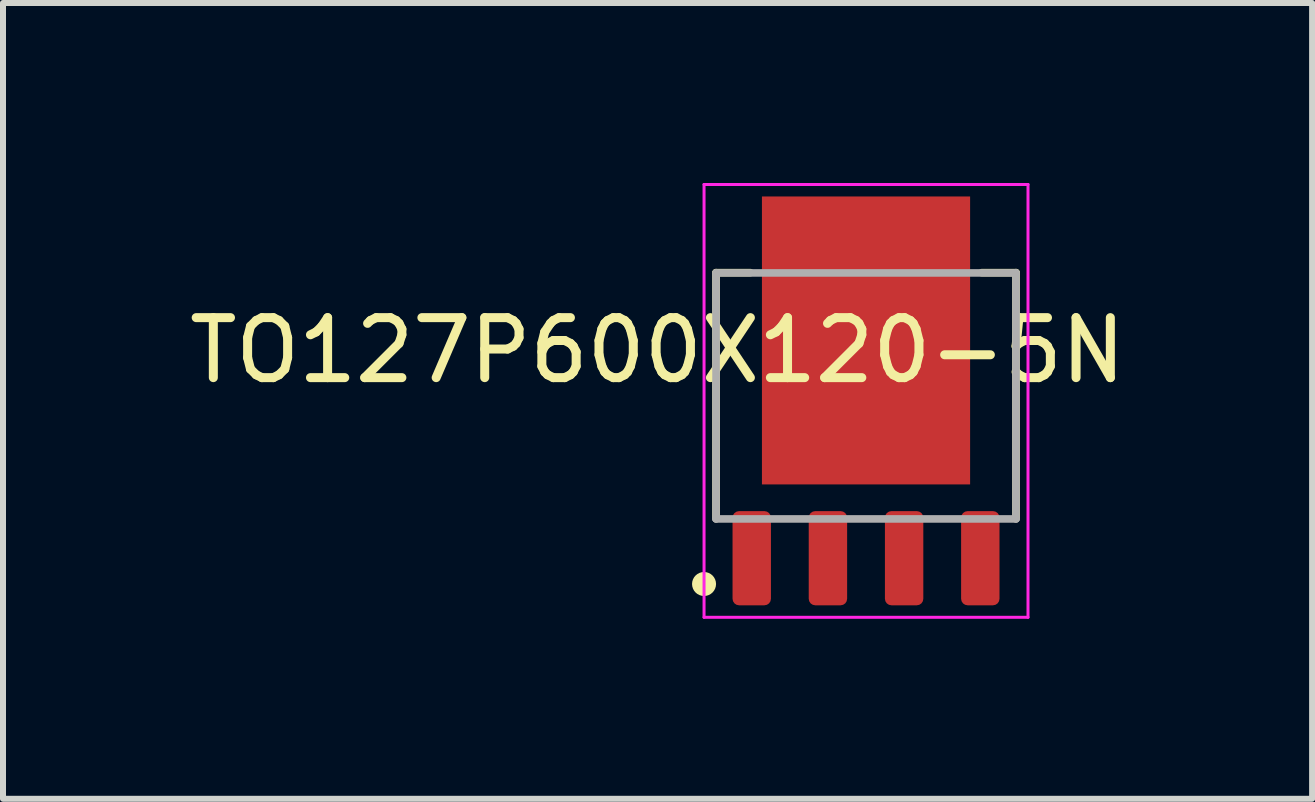
<source format=kicad_pcb>
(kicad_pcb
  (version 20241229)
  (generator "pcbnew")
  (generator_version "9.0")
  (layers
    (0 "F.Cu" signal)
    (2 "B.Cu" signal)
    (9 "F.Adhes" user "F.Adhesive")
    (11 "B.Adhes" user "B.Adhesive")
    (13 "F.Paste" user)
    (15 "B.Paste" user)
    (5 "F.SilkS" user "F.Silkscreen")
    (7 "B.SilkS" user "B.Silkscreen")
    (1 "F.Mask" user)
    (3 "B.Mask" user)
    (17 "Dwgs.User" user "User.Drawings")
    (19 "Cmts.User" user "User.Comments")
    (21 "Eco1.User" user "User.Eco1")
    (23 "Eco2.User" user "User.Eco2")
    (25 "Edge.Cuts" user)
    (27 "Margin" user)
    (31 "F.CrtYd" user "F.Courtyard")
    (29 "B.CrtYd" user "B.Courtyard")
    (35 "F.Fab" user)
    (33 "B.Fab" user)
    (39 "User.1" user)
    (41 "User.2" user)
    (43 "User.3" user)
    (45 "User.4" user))
  (footprint "TO127P600X120-5N"
    (layer "F.Cu")
    (at 11.386 3.685)
    (property "Reference" "TO127P600X120-5N" (at -3.475 -0.895 180) (layer "F.SilkS") (effects (font (size 1 1) (thickness 0.15))))
    (attr smd)
    (fp_line (start -2.5 -2.19) (end -2.5 1.91) (stroke (width 0.127) (type solid)) (layer "F.SilkS"))
    (fp_line (start -1.93 -2.19) (end -2.5 -2.19) (stroke (width 0.127) (type solid)) (layer "F.SilkS"))
    (fp_line (start 1.93 -2.19) (end 2.5 -2.19) (stroke (width 0.127) (type solid)) (layer "F.SilkS"))
    (fp_line (start 2.5 -2.19) (end 2.5 1.91) (stroke (width 0.127) (type solid)) (layer "F.SilkS"))
    (fp_circle (center -2.7 3) (end -2.6 3) (stroke (width 0.2) (type solid)) (fill no) (layer "F.SilkS"))
    (fp_poly (pts (xy -1.348 -3.065) (xy -0.195 -3.065) (xy -0.195 -1.257) (xy -1.348 -1.257)) (stroke (width 0.01) (type solid)) (fill yes) (layer "F.Paste"))
    (fp_poly (pts (xy -1.347 -0.865) (xy -0.195 -0.865) (xy -0.195 0.947) (xy -1.347 0.947)) (stroke (width 0.01) (type solid)) (fill yes) (layer "F.Paste"))
    (fp_poly (pts (xy 0.195 -0.865) (xy 1.345 -0.865) (xy 1.345 0.946) (xy 0.195 0.946)) (stroke (width 0.01) (type solid)) (fill yes) (layer "F.Paste"))
    (fp_poly (pts (xy 0.195 -3.065) (xy 1.345 -3.065) (xy 1.345 -1.257) (xy 0.195 -1.257)) (stroke (width 0.01) (type solid)) (fill yes) (layer "F.Paste"))
    (fp_line (start -2.7 -3.66) (end 2.7 -3.66) (stroke (width 0.05) (type solid)) (layer "F.CrtYd"))
    (fp_line (start -2.7 3.555) (end -2.7 -3.66) (stroke (width 0.05) (type solid)) (layer "F.CrtYd"))
    (fp_line (start 2.7 -3.66) (end 2.7 3.555) (stroke (width 0.05) (type solid)) (layer "F.CrtYd"))
    (fp_line (start 2.7 3.555) (end -2.7 3.555) (stroke (width 0.05) (type solid)) (layer "F.CrtYd"))
    (fp_line (start -2.5 -2.185) (end 2.5 -2.185) (stroke (width 0.127) (type solid)) (layer "F.Fab"))
    (fp_line (start -2.5 1.915) (end -2.5 -2.185) (stroke (width 0.127) (type solid)) (layer "F.Fab"))
    (fp_line (start 2.5 -2.185) (end 2.5 1.915) (stroke (width 0.127) (type solid)) (layer "F.Fab"))
    (fp_line (start 2.5 1.915) (end -2.5 1.915) (stroke (width 0.127) (type solid)) (layer "F.Fab"))
    (pad "1" smd roundrect (at -1.905 2.57 90) (size 1.57 0.64) (layers "F.Cu" "F.Mask" "F.Paste") (roundrect_rratio 0.17))
    (pad "2" smd roundrect (at -0.635 2.57 90) (size 1.57 0.64) (layers "F.Cu" "F.Mask" "F.Paste") (roundrect_rratio 0.17))
    (pad "3" smd roundrect (at 0.635 2.57 90) (size 1.57 0.64) (layers "F.Cu" "F.Mask" "F.Paste") (roundrect_rratio 0.17))
    (pad "4" smd roundrect (at 1.905 2.57 90) (size 1.57 0.64) (layers "F.Cu" "F.Mask" "F.Paste") (roundrect_rratio 0.17))
    (pad "5" smd rect (at 0 -1.06) (size 3.47 4.8) (layers "F.Cu" "F.Mask")))
  (gr_rect
    (start -3 -3)
    (end 18.822 10.265)
    (stroke (width 0.1) (type default))
    (fill no)
    (layer "Edge.Cuts")))
</source>
